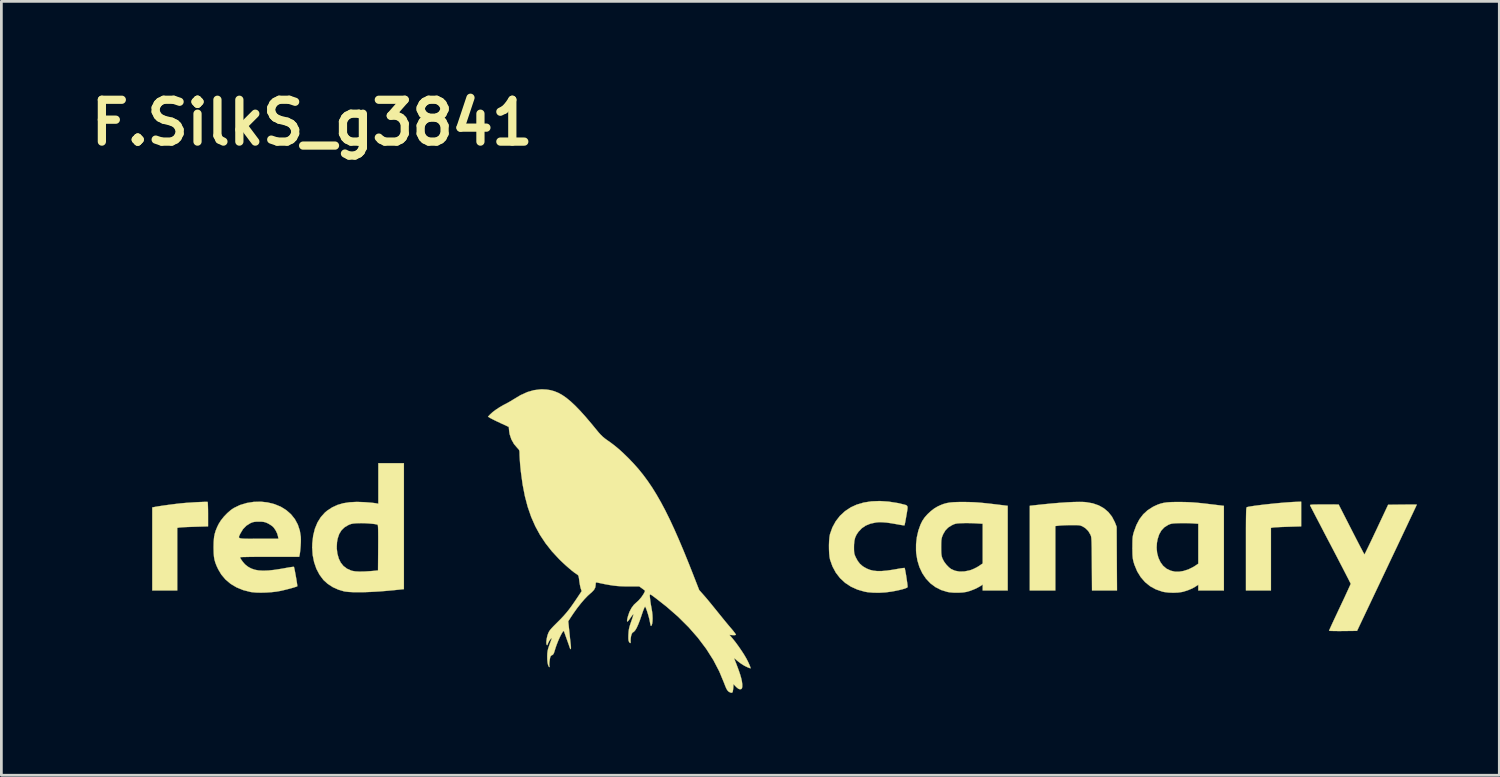
<source format=kicad_pcb>
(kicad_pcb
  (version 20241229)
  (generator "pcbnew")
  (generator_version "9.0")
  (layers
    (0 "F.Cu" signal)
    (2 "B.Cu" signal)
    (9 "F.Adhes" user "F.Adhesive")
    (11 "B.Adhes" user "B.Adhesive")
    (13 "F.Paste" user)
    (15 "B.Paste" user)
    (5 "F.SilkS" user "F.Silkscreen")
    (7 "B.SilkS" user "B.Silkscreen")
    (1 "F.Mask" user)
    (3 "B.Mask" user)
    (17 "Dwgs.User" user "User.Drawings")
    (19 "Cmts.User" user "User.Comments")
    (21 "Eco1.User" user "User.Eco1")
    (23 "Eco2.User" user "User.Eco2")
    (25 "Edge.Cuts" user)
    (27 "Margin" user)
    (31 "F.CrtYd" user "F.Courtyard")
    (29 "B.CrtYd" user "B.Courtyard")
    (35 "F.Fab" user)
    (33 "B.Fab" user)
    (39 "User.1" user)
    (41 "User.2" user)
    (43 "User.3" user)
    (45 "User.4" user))
  (footprint "F.SilkS_g3841"
    (layer "F.Cu")
    (at 8.317 1.418)
    (property "Reference" "F.SilkS_g3841" (at 0 0 0) (layer "F.SilkS") (effects (font (size 1.524 1.524) (thickness 0.3))))
    (attr through_hole)
    (fp_poly (pts (xy -3.816 13.812) (xy -3.805 13.814) (xy -3.8 13.837) (xy -3.796 13.897) (xy -3.793 13.985) (xy -3.79 14.097) (xy -3.789 14.226) (xy -3.789 14.264) (xy -3.789 14.704) (xy -4.27 14.718) (xy -4.414 14.723) (xy -4.548 14.728) (xy -4.664 14.733) (xy -4.756 14.739) (xy -4.817 14.744) (xy -4.831 14.745) (xy -4.911 14.759) (xy -4.911 17.039) (xy -5.821 17.039) (xy -5.821 14.015) (xy -5.71 13.993) (xy -5.631 13.979) (xy -5.52 13.962) (xy -5.386 13.942) (xy -5.238 13.922) (xy -5.087 13.902) (xy -4.942 13.884) (xy -4.812 13.869) (xy -4.773 13.865) (xy -4.674 13.856) (xy -4.557 13.846) (xy -4.429 13.838) (xy -4.296 13.829) (xy -4.166 13.822) (xy -4.046 13.817) (xy -3.943 13.813) (xy -3.864 13.811) (xy -3.816 13.812)) (stroke (width 0.01) (type solid)) (fill yes) (layer "F.SilkS"))
    (fp_poly (pts (xy 36.026 14.704) (xy 35.555 14.718) (xy 35.413 14.723) (xy 35.28 14.728) (xy 35.165 14.734) (xy 35.075 14.739) (xy 35.017 14.744) (xy 35.004 14.745) (xy 34.925 14.759) (xy 34.925 17.039) (xy 34.015 17.039) (xy 34.015 15.527) (xy 34.015 15.237) (xy 34.015 14.987) (xy 34.015 14.773) (xy 34.016 14.593) (xy 34.017 14.443) (xy 34.019 14.322) (xy 34.021 14.225) (xy 34.023 14.15) (xy 34.026 14.095) (xy 34.03 14.055) (xy 34.035 14.03) (xy 34.04 14.014) (xy 34.047 14.006) (xy 34.052 14.004) (xy 34.116 13.989) (xy 34.215 13.972) (xy 34.345 13.953) (xy 34.499 13.933) (xy 34.671 13.912) (xy 34.855 13.892) (xy 35.044 13.872) (xy 35.233 13.854) (xy 35.416 13.838) (xy 35.586 13.826) (xy 35.738 13.816) (xy 35.788 13.814) (xy 36.026 13.804) (xy 36.026 14.704)) (stroke (width 0.01) (type solid)) (fill yes) (layer "F.SilkS"))
    (fp_poly (pts (xy 28.102 13.816) (xy 28.19 13.823) (xy 28.434 13.865) (xy 28.651 13.94) (xy 28.841 14.047) (xy 29.003 14.184) (xy 29.135 14.351) (xy 29.238 14.549) (xy 29.249 14.576) (xy 29.305 14.721) (xy 29.311 15.88) (xy 29.318 17.039) (xy 28.408 17.039) (xy 28.402 16.071) (xy 28.4 15.843) (xy 28.398 15.653) (xy 28.397 15.497) (xy 28.394 15.372) (xy 28.392 15.274) (xy 28.388 15.197) (xy 28.384 15.139) (xy 28.379 15.096) (xy 28.372 15.063) (xy 28.363 15.037) (xy 28.353 15.013) (xy 28.351 15.007) (xy 28.271 14.873) (xy 28.168 14.771) (xy 28.08 14.715) (xy 28.035 14.693) (xy 27.995 14.677) (xy 27.95 14.667) (xy 27.891 14.661) (xy 27.81 14.659) (xy 27.698 14.659) (xy 27.665 14.659) (xy 27.54 14.66) (xy 27.417 14.664) (xy 27.308 14.669) (xy 27.226 14.675) (xy 27.215 14.676) (xy 27.072 14.693) (xy 27.072 17.039) (xy 26.141 17.039) (xy 26.141 13.955) (xy 26.263 13.941) (xy 26.614 13.903) (xy 26.939 13.871) (xy 27.237 13.846) (xy 27.505 13.828) (xy 27.74 13.817) (xy 27.94 13.813) (xy 28.102 13.816)) (stroke (width 0.01) (type solid)) (fill yes) (layer "F.SilkS"))
    (fp_poly (pts (xy 3.344 16.99) (xy 3 17.026) (xy 2.713 17.053) (xy 2.435 17.075) (xy 2.17 17.09) (xy 1.923 17.1) (xy 1.698 17.103) (xy 1.499 17.101) (xy 1.332 17.092) (xy 1.201 17.077) (xy 1.164 17.07) (xy 0.954 17.008) (xy 0.753 16.917) (xy 0.573 16.8) (xy 0.423 16.665) (xy 0.414 16.656) (xy 0.271 16.465) (xy 0.157 16.248) (xy 0.074 16.007) (xy 0.022 15.747) (xy 0.005 15.488) (xy 0.897 15.488) (xy 0.92 15.693) (xy 0.974 15.883) (xy 1.042 16.022) (xy 1.141 16.147) (xy 1.272 16.246) (xy 1.427 16.315) (xy 1.459 16.324) (xy 1.574 16.344) (xy 1.729 16.352) (xy 1.923 16.348) (xy 2.154 16.333) (xy 2.265 16.323) (xy 2.402 16.309) (xy 2.408 15.485) (xy 2.409 15.26) (xy 2.409 15.076) (xy 2.408 14.928) (xy 2.406 14.814) (xy 2.403 14.732) (xy 2.398 14.678) (xy 2.392 14.65) (xy 2.389 14.645) (xy 2.347 14.632) (xy 2.271 14.618) (xy 2.171 14.607) (xy 2.055 14.597) (xy 1.932 14.59) (xy 1.812 14.587) (xy 1.702 14.588) (xy 1.697 14.588) (xy 1.583 14.593) (xy 1.499 14.601) (xy 1.433 14.614) (xy 1.374 14.633) (xy 1.323 14.655) (xy 1.181 14.739) (xy 1.07 14.847) (xy 0.987 14.983) (xy 0.931 15.15) (xy 0.908 15.277) (xy 0.897 15.488) (xy 0.005 15.488) (xy 0.004 15.473) (xy 0.008 15.325) (xy 0.04 15.044) (xy 0.103 14.79) (xy 0.196 14.564) (xy 0.319 14.366) (xy 0.47 14.199) (xy 0.557 14.127) (xy 0.733 14.012) (xy 0.924 13.924) (xy 1.135 13.862) (xy 1.37 13.826) (xy 1.632 13.813) (xy 1.908 13.823) (xy 2.028 13.832) (xy 2.141 13.841) (xy 2.236 13.851) (xy 2.303 13.86) (xy 2.316 13.862) (xy 2.413 13.88) (xy 2.413 12.404) (xy 3.344 12.404) (xy 3.344 16.99)) (stroke (width 0.01) (type solid)) (fill yes) (layer "F.SilkS"))
    (fp_poly (pts (xy 31.725 13.818) (xy 31.854 13.821) (xy 31.976 13.826) (xy 32.098 13.833) (xy 32.229 13.844) (xy 32.375 13.858) (xy 32.546 13.877) (xy 32.748 13.901) (xy 32.824 13.91) (xy 33.211 13.957) (xy 33.211 17.039) (xy 32.279 17.039) (xy 32.279 16.829) (xy 32.184 16.893) (xy 32.054 16.967) (xy 31.898 17.032) (xy 31.735 17.083) (xy 31.687 17.094) (xy 31.538 17.115) (xy 31.368 17.122) (xy 31.195 17.115) (xy 31.036 17.095) (xy 30.967 17.08) (xy 30.734 16.999) (xy 30.524 16.884) (xy 30.341 16.735) (xy 30.184 16.555) (xy 30.054 16.344) (xy 29.954 16.104) (xy 29.924 16.006) (xy 29.907 15.939) (xy 29.895 15.874) (xy 29.887 15.8) (xy 29.882 15.711) (xy 29.88 15.596) (xy 29.879 15.494) (xy 30.761 15.494) (xy 30.78 15.678) (xy 30.827 15.851) (xy 30.899 16.006) (xy 30.993 16.136) (xy 31.108 16.236) (xy 31.131 16.25) (xy 31.277 16.319) (xy 31.426 16.353) (xy 31.586 16.354) (xy 31.732 16.331) (xy 31.917 16.273) (xy 32.105 16.179) (xy 32.189 16.125) (xy 32.279 16.063) (xy 32.279 14.609) (xy 32.061 14.594) (xy 31.948 14.589) (xy 31.812 14.586) (xy 31.672 14.586) (xy 31.569 14.588) (xy 31.452 14.592) (xy 31.367 14.598) (xy 31.303 14.607) (xy 31.251 14.622) (xy 31.199 14.643) (xy 31.174 14.655) (xy 31.041 14.739) (xy 30.934 14.853) (xy 30.853 14.997) (xy 30.796 15.174) (xy 30.772 15.305) (xy 30.761 15.494) (xy 29.879 15.494) (xy 29.879 15.462) (xy 29.88 15.322) (xy 29.882 15.216) (xy 29.886 15.134) (xy 29.894 15.067) (xy 29.906 15.006) (xy 29.923 14.942) (xy 29.937 14.895) (xy 30.027 14.651) (xy 30.138 14.442) (xy 30.273 14.265) (xy 30.434 14.117) (xy 30.624 13.995) (xy 30.697 13.959) (xy 30.804 13.911) (xy 30.908 13.875) (xy 31.015 13.849) (xy 31.135 13.831) (xy 31.274 13.821) (xy 31.442 13.817) (xy 31.581 13.817) (xy 31.725 13.818)) (stroke (width 0.01) (type solid)) (fill yes) (layer "F.SilkS"))
    (fp_poly (pts (xy 23.847 13.818) (xy 23.982 13.821) (xy 24.111 13.826) (xy 24.24 13.834) (xy 24.379 13.846) (xy 24.534 13.861) (xy 24.715 13.881) (xy 24.928 13.906) (xy 24.961 13.91) (xy 25.337 13.956) (xy 25.337 17.039) (xy 24.426 17.039) (xy 24.426 16.823) (xy 24.358 16.869) (xy 24.244 16.935) (xy 24.106 17) (xy 23.964 17.054) (xy 23.84 17.09) (xy 23.704 17.111) (xy 23.544 17.12) (xy 23.379 17.119) (xy 23.225 17.106) (xy 23.139 17.091) (xy 22.912 17.021) (xy 22.705 16.916) (xy 22.521 16.778) (xy 22.362 16.609) (xy 22.228 16.412) (xy 22.123 16.189) (xy 22.048 15.944) (xy 22.005 15.678) (xy 21.999 15.591) (xy 21.999 15.462) (xy 22.914 15.462) (xy 22.915 15.586) (xy 22.918 15.678) (xy 22.925 15.747) (xy 22.936 15.803) (xy 22.953 15.856) (xy 22.962 15.879) (xy 23.019 15.988) (xy 23.101 16.098) (xy 23.194 16.195) (xy 23.275 16.257) (xy 23.415 16.32) (xy 23.577 16.35) (xy 23.753 16.347) (xy 23.939 16.311) (xy 24.009 16.289) (xy 24.109 16.247) (xy 24.216 16.193) (xy 24.293 16.146) (xy 24.426 16.055) (xy 24.426 14.609) (xy 24.186 14.594) (xy 24.058 14.588) (xy 23.91 14.585) (xy 23.765 14.585) (xy 23.694 14.587) (xy 23.583 14.591) (xy 23.503 14.597) (xy 23.442 14.607) (xy 23.388 14.624) (xy 23.329 14.65) (xy 23.299 14.665) (xy 23.172 14.744) (xy 23.071 14.846) (xy 22.991 14.979) (xy 22.962 15.046) (xy 22.942 15.101) (xy 22.929 15.155) (xy 22.92 15.218) (xy 22.916 15.3) (xy 22.914 15.41) (xy 22.914 15.462) (xy 21.999 15.462) (xy 22 15.345) (xy 22.029 15.096) (xy 22.084 14.856) (xy 22.163 14.636) (xy 22.23 14.5) (xy 22.31 14.382) (xy 22.418 14.26) (xy 22.542 14.145) (xy 22.67 14.047) (xy 22.777 13.984) (xy 22.895 13.929) (xy 23.005 13.887) (xy 23.114 13.857) (xy 23.232 13.836) (xy 23.366 13.824) (xy 23.527 13.818) (xy 23.696 13.817) (xy 23.847 13.818)) (stroke (width 0.01) (type solid)) (fill yes) (layer "F.SilkS"))
    (fp_poly (pts (xy 37.391 13.908) (xy 37.855 14.817) (xy 37.948 14.998) (xy 38.035 15.168) (xy 38.114 15.321) (xy 38.184 15.456) (xy 38.243 15.567) (xy 38.288 15.652) (xy 38.318 15.706) (xy 38.331 15.727) (xy 38.331 15.727) (xy 38.343 15.708) (xy 38.37 15.655) (xy 38.411 15.571) (xy 38.465 15.46) (xy 38.53 15.325) (xy 38.604 15.171) (xy 38.684 15.001) (xy 38.769 14.822) (xy 39.194 13.917) (xy 39.716 13.911) (xy 39.859 13.91) (xy 39.988 13.909) (xy 40.096 13.909) (xy 40.177 13.91) (xy 40.226 13.911) (xy 40.238 13.913) (xy 40.229 13.932) (xy 40.203 13.988) (xy 40.161 14.077) (xy 40.105 14.197) (xy 40.034 14.346) (xy 39.951 14.522) (xy 39.857 14.722) (xy 39.752 14.943) (xy 39.638 15.185) (xy 39.516 15.443) (xy 39.386 15.716) (xy 39.251 16.001) (xy 39.15 16.215) (xy 38.062 18.51) (xy 37.552 18.516) (xy 37.41 18.517) (xy 37.283 18.516) (xy 37.177 18.514) (xy 37.098 18.512) (xy 37.052 18.508) (xy 37.042 18.504) (xy 37.05 18.482) (xy 37.076 18.426) (xy 37.115 18.339) (xy 37.167 18.226) (xy 37.23 18.09) (xy 37.302 17.937) (xy 37.381 17.769) (xy 37.436 17.652) (xy 37.519 17.476) (xy 37.596 17.313) (xy 37.665 17.164) (xy 37.724 17.035) (xy 37.772 16.93) (xy 37.807 16.853) (xy 37.827 16.807) (xy 37.831 16.796) (xy 37.821 16.774) (xy 37.793 16.718) (xy 37.749 16.63) (xy 37.689 16.514) (xy 37.616 16.372) (xy 37.531 16.207) (xy 37.435 16.022) (xy 37.331 15.821) (xy 37.219 15.606) (xy 37.101 15.381) (xy 37.098 15.375) (xy 36.979 15.149) (xy 36.866 14.933) (xy 36.761 14.73) (xy 36.664 14.544) (xy 36.577 14.378) (xy 36.502 14.233) (xy 36.441 14.115) (xy 36.394 14.024) (xy 36.364 13.966) (xy 36.352 13.941) (xy 36.352 13.941) (xy 36.351 13.93) (xy 36.36 13.922) (xy 36.385 13.916) (xy 36.429 13.912) (xy 36.497 13.909) (xy 36.595 13.908) (xy 36.726 13.907) (xy 36.865 13.907) (xy 37.391 13.908)) (stroke (width 0.01) (type solid)) (fill yes) (layer "F.SilkS"))
    (fp_poly (pts (xy 20.994 13.802) (xy 21.325 13.854) (xy 21.507 13.896) (xy 21.579 13.914) (xy 21.632 13.929) (xy 21.666 13.95) (xy 21.684 13.981) (xy 21.689 14.029) (xy 21.681 14.101) (xy 21.665 14.204) (xy 21.646 14.312) (xy 21.626 14.428) (xy 21.608 14.528) (xy 21.592 14.606) (xy 21.582 14.654) (xy 21.578 14.667) (xy 21.554 14.667) (xy 21.498 14.66) (xy 21.417 14.647) (xy 21.32 14.629) (xy 21.32 14.629) (xy 21.106 14.592) (xy 20.926 14.566) (xy 20.775 14.554) (xy 20.646 14.552) (xy 20.541 14.562) (xy 20.338 14.605) (xy 20.166 14.675) (xy 20.022 14.773) (xy 19.9 14.902) (xy 19.896 14.908) (xy 19.828 15.01) (xy 19.781 15.113) (xy 19.753 15.227) (xy 19.74 15.365) (xy 19.738 15.462) (xy 19.739 15.568) (xy 19.743 15.644) (xy 19.752 15.703) (xy 19.77 15.757) (xy 19.797 15.819) (xy 19.803 15.833) (xy 19.875 15.965) (xy 19.954 16.067) (xy 20.049 16.15) (xy 20.097 16.182) (xy 20.208 16.244) (xy 20.323 16.289) (xy 20.448 16.319) (xy 20.588 16.333) (xy 20.748 16.332) (xy 20.933 16.316) (xy 21.149 16.285) (xy 21.332 16.253) (xy 21.427 16.236) (xy 21.506 16.225) (xy 21.561 16.219) (xy 21.582 16.219) (xy 21.591 16.245) (xy 21.603 16.304) (xy 21.619 16.388) (xy 21.636 16.487) (xy 21.652 16.593) (xy 21.667 16.697) (xy 21.68 16.79) (xy 21.688 16.864) (xy 21.691 16.909) (xy 21.69 16.918) (xy 21.662 16.94) (xy 21.597 16.967) (xy 21.499 16.996) (xy 21.373 17.027) (xy 21.224 17.058) (xy 21.096 17.081) (xy 20.88 17.109) (xy 20.657 17.122) (xy 20.439 17.119) (xy 20.24 17.102) (xy 20.13 17.083) (xy 19.865 17.007) (xy 19.626 16.899) (xy 19.414 16.759) (xy 19.231 16.589) (xy 19.077 16.39) (xy 18.955 16.163) (xy 18.867 15.916) (xy 18.848 15.816) (xy 18.835 15.685) (xy 18.828 15.536) (xy 18.827 15.381) (xy 18.833 15.23) (xy 18.845 15.097) (xy 18.863 14.993) (xy 18.865 14.986) (xy 18.952 14.741) (xy 19.074 14.518) (xy 19.228 14.32) (xy 19.412 14.15) (xy 19.624 14.01) (xy 19.836 13.913) (xy 20.093 13.837) (xy 20.375 13.793) (xy 20.676 13.782) (xy 20.994 13.802)) (stroke (width 0.01) (type solid)) (fill yes) (layer "F.SilkS"))
    (fp_poly (pts (xy -1.622 13.832) (xy -1.369 13.895) (xy -1.14 13.989) (xy -0.94 14.113) (xy -0.768 14.264) (xy -0.627 14.44) (xy -0.519 14.641) (xy -0.446 14.863) (xy -0.411 15.086) (xy -0.408 15.174) (xy -0.41 15.288) (xy -0.417 15.416) (xy -0.428 15.544) (xy -0.44 15.659) (xy -0.455 15.748) (xy -0.459 15.764) (xy -0.47 15.812) (xy -1.547 15.812) (xy -1.757 15.812) (xy -1.952 15.813) (xy -2.131 15.814) (xy -2.288 15.816) (xy -2.419 15.819) (xy -2.522 15.821) (xy -2.591 15.824) (xy -2.623 15.828) (xy -2.625 15.829) (xy -2.612 15.864) (xy -2.578 15.92) (xy -2.531 15.985) (xy -2.479 16.048) (xy -2.431 16.099) (xy -2.427 16.102) (xy -2.324 16.181) (xy -2.211 16.241) (xy -2.086 16.284) (xy -1.943 16.31) (xy -1.778 16.319) (xy -1.588 16.312) (xy -1.369 16.288) (xy -1.117 16.249) (xy -0.967 16.222) (xy -0.861 16.203) (xy -0.771 16.188) (xy -0.703 16.18) (xy -0.666 16.178) (xy -0.662 16.179) (xy -0.654 16.204) (xy -0.641 16.261) (xy -0.625 16.342) (xy -0.607 16.44) (xy -0.588 16.545) (xy -0.57 16.648) (xy -0.555 16.743) (xy -0.544 16.82) (xy -0.538 16.87) (xy -0.538 16.886) (xy -0.566 16.898) (xy -0.626 16.918) (xy -0.711 16.944) (xy -0.814 16.972) (xy -0.926 17.001) (xy -1.04 17.029) (xy -1.143 17.053) (xy -1.301 17.081) (xy -1.481 17.101) (xy -1.671 17.114) (xy -1.86 17.119) (xy -2.036 17.115) (xy -2.188 17.101) (xy -2.247 17.092) (xy -2.512 17.024) (xy -2.753 16.925) (xy -2.967 16.797) (xy -3.152 16.641) (xy -3.306 16.459) (xy -3.417 16.272) (xy -3.478 16.143) (xy -3.522 16.03) (xy -3.553 15.923) (xy -3.573 15.81) (xy -3.583 15.68) (xy -3.587 15.522) (xy -3.588 15.462) (xy -3.584 15.277) (xy -3.572 15.121) (xy -3.565 15.083) (xy -2.664 15.083) (xy -2.663 15.109) (xy -2.645 15.128) (xy -2.607 15.141) (xy -2.545 15.149) (xy -2.456 15.154) (xy -2.337 15.156) (xy -2.182 15.156) (xy -1.99 15.155) (xy -1.946 15.155) (xy -1.226 15.155) (xy -1.239 15.076) (xy -1.27 14.966) (xy -1.324 14.854) (xy -1.39 14.756) (xy -1.434 14.709) (xy -1.499 14.661) (xy -1.58 14.611) (xy -1.629 14.586) (xy -1.696 14.558) (xy -1.76 14.542) (xy -1.835 14.534) (xy -1.937 14.532) (xy -2.039 14.534) (xy -2.114 14.542) (xy -2.177 14.558) (xy -2.245 14.586) (xy -2.247 14.587) (xy -2.392 14.678) (xy -2.514 14.802) (xy -2.605 14.951) (xy -2.632 15.005) (xy -2.653 15.049) (xy -2.664 15.083) (xy -3.565 15.083) (xy -3.548 14.986) (xy -3.51 14.858) (xy -3.456 14.727) (xy -3.402 14.617) (xy -3.32 14.486) (xy -3.211 14.349) (xy -3.085 14.219) (xy -2.954 14.106) (xy -2.852 14.036) (xy -2.63 13.929) (xy -2.386 13.854) (xy -2.128 13.813) (xy -1.865 13.806) (xy -1.622 13.832)) (stroke (width 0.01) (type solid)) (fill yes) (layer "F.SilkS"))
    (fp_poly (pts (xy 8.535 9.721) (xy 8.682 9.743) (xy 8.825 9.783) (xy 8.967 9.841) (xy 9.112 9.921) (xy 9.26 10.023) (xy 9.415 10.15) (xy 9.58 10.304) (xy 9.757 10.486) (xy 9.949 10.699) (xy 10.158 10.944) (xy 10.346 11.172) (xy 10.439 11.285) (xy 10.518 11.372) (xy 10.591 11.442) (xy 10.667 11.505) (xy 10.743 11.56) (xy 10.906 11.676) (xy 11.052 11.789) (xy 11.193 11.907) (xy 11.338 12.04) (xy 11.498 12.195) (xy 11.536 12.233) (xy 11.72 12.426) (xy 11.896 12.625) (xy 12.065 12.835) (xy 12.229 13.057) (xy 12.39 13.294) (xy 12.548 13.55) (xy 12.706 13.826) (xy 12.865 14.125) (xy 13.026 14.45) (xy 13.19 14.803) (xy 13.36 15.188) (xy 13.537 15.607) (xy 13.722 16.062) (xy 13.852 16.39) (xy 14.099 17.022) (xy 14.27 17.216) (xy 14.335 17.29) (xy 14.419 17.39) (xy 14.516 17.507) (xy 14.619 17.634) (xy 14.723 17.762) (xy 14.763 17.812) (xy 14.866 17.939) (xy 14.972 18.07) (xy 15.075 18.196) (xy 15.168 18.308) (xy 15.244 18.398) (xy 15.267 18.424) (xy 15.334 18.504) (xy 15.387 18.572) (xy 15.424 18.624) (xy 15.438 18.652) (xy 15.437 18.654) (xy 15.411 18.664) (xy 15.357 18.667) (xy 15.313 18.665) (xy 15.202 18.655) (xy 15.328 18.805) (xy 15.422 18.922) (xy 15.525 19.063) (xy 15.63 19.215) (xy 15.727 19.363) (xy 15.806 19.496) (xy 15.817 19.516) (xy 15.857 19.592) (xy 15.897 19.674) (xy 15.931 19.752) (xy 15.957 19.817) (xy 15.971 19.861) (xy 15.97 19.875) (xy 15.946 19.868) (xy 15.897 19.851) (xy 15.87 19.84) (xy 15.747 19.781) (xy 15.616 19.698) (xy 15.492 19.604) (xy 15.458 19.574) (xy 15.41 19.531) (xy 15.378 19.506) (xy 15.369 19.505) (xy 15.46 19.734) (xy 15.533 19.929) (xy 15.589 20.093) (xy 15.629 20.231) (xy 15.655 20.346) (xy 15.667 20.442) (xy 15.669 20.468) (xy 15.668 20.554) (xy 15.655 20.606) (xy 15.628 20.631) (xy 15.584 20.637) (xy 15.531 20.621) (xy 15.465 20.569) (xy 15.437 20.542) (xy 15.346 20.446) (xy 15.346 20.507) (xy 15.343 20.567) (xy 15.335 20.642) (xy 15.332 20.666) (xy 15.321 20.727) (xy 15.305 20.756) (xy 15.277 20.764) (xy 15.27 20.765) (xy 15.223 20.751) (xy 15.168 20.719) (xy 15.16 20.712) (xy 15.126 20.674) (xy 15.09 20.613) (xy 15.051 20.523) (xy 15.008 20.411) (xy 14.831 19.985) (xy 14.614 19.569) (xy 14.355 19.162) (xy 14.055 18.764) (xy 13.714 18.375) (xy 13.333 17.996) (xy 12.91 17.627) (xy 12.545 17.34) (xy 12.446 17.266) (xy 12.377 17.215) (xy 12.333 17.189) (xy 12.309 17.185) (xy 12.3 17.205) (xy 12.301 17.248) (xy 12.307 17.314) (xy 12.309 17.328) (xy 12.321 17.431) (xy 12.339 17.552) (xy 12.36 17.667) (xy 12.363 17.685) (xy 12.384 17.808) (xy 12.397 17.932) (xy 12.402 18.05) (xy 12.399 18.157) (xy 12.388 18.243) (xy 12.371 18.303) (xy 12.347 18.33) (xy 12.342 18.33) (xy 12.332 18.311) (xy 12.319 18.26) (xy 12.306 18.188) (xy 12.304 18.177) (xy 12.288 18.097) (xy 12.264 18.002) (xy 12.235 17.9) (xy 12.204 17.802) (xy 12.174 17.717) (xy 12.148 17.654) (xy 12.131 17.626) (xy 12.118 17.638) (xy 12.094 17.686) (xy 12.062 17.766) (xy 12.024 17.874) (xy 12.012 17.91) (xy 11.943 18.112) (xy 11.88 18.274) (xy 11.824 18.398) (xy 11.772 18.486) (xy 11.725 18.539) (xy 11.706 18.552) (xy 11.666 18.581) (xy 11.64 18.626) (xy 11.619 18.697) (xy 11.606 18.778) (xy 11.601 18.857) (xy 11.603 18.889) (xy 11.603 18.942) (xy 11.588 18.957) (xy 11.56 18.933) (xy 11.54 18.9) (xy 11.526 18.856) (xy 11.52 18.785) (xy 11.521 18.68) (xy 11.523 18.637) (xy 11.53 18.531) (xy 11.543 18.441) (xy 11.564 18.352) (xy 11.598 18.246) (xy 11.619 18.186) (xy 11.653 18.089) (xy 11.68 18.005) (xy 11.699 17.942) (xy 11.705 17.911) (xy 11.695 17.91) (xy 11.667 17.94) (xy 11.627 17.993) (xy 11.611 18.017) (xy 11.548 18.106) (xy 11.505 18.158) (xy 11.48 18.172) (xy 11.472 18.147) (xy 11.48 18.084) (xy 11.505 17.983) (xy 11.505 17.982) (xy 11.559 17.822) (xy 11.634 17.678) (xy 11.723 17.559) (xy 11.793 17.494) (xy 11.895 17.401) (xy 11.995 17.285) (xy 12.076 17.164) (xy 12.094 17.13) (xy 12.117 17.083) (xy 12.128 17.055) (xy 12.129 17.053) (xy 12.113 17.036) (xy 12.072 17.003) (xy 12.023 16.967) (xy 11.917 16.891) (xy 11.562 16.891) (xy 11.395 16.89) (xy 11.248 16.885) (xy 11.112 16.876) (xy 10.977 16.861) (xy 10.833 16.839) (xy 10.672 16.81) (xy 10.484 16.771) (xy 10.377 16.748) (xy 10.347 16.746) (xy 10.333 16.762) (xy 10.329 16.808) (xy 10.329 16.83) (xy 10.315 16.928) (xy 10.268 17.017) (xy 10.186 17.104) (xy 10.145 17.138) (xy 10.039 17.233) (xy 9.918 17.359) (xy 9.789 17.51) (xy 9.655 17.681) (xy 9.523 17.866) (xy 9.421 18.018) (xy 9.33 18.161) (xy 9.375 18.589) (xy 9.389 18.725) (xy 9.402 18.851) (xy 9.414 18.96) (xy 9.423 19.043) (xy 9.428 19.094) (xy 9.428 19.098) (xy 9.428 19.151) (xy 9.419 19.176) (xy 9.403 19.168) (xy 9.392 19.14) (xy 9.384 19.116) (xy 9.368 19.07) (xy 9.344 19) (xy 9.309 18.901) (xy 9.262 18.77) (xy 9.203 18.604) (xy 9.174 18.521) (xy 9.158 18.515) (xy 9.131 18.544) (xy 9.095 18.601) (xy 9.052 18.681) (xy 9.005 18.778) (xy 8.958 18.888) (xy 8.912 19.004) (xy 8.871 19.12) (xy 8.844 19.207) (xy 8.817 19.294) (xy 8.794 19.348) (xy 8.769 19.379) (xy 8.739 19.396) (xy 8.738 19.397) (xy 8.706 19.413) (xy 8.686 19.44) (xy 8.67 19.489) (xy 8.656 19.564) (xy 8.645 19.648) (xy 8.641 19.724) (xy 8.644 19.772) (xy 8.649 19.82) (xy 8.641 19.833) (xy 8.624 19.814) (xy 8.602 19.767) (xy 8.591 19.733) (xy 8.576 19.655) (xy 8.567 19.551) (xy 8.565 19.434) (xy 8.565 19.431) (xy 8.569 19.324) (xy 8.58 19.238) (xy 8.6 19.153) (xy 8.634 19.051) (xy 8.642 19.029) (xy 8.675 18.939) (xy 8.703 18.86) (xy 8.724 18.804) (xy 8.73 18.785) (xy 8.73 18.769) (xy 8.707 18.787) (xy 8.683 18.813) (xy 8.635 18.879) (xy 8.598 18.955) (xy 8.593 18.967) (xy 8.574 19.018) (xy 8.56 19.033) (xy 8.545 19.017) (xy 8.545 19.017) (xy 8.533 18.965) (xy 8.535 18.886) (xy 8.548 18.789) (xy 8.571 18.688) (xy 8.595 18.616) (xy 8.615 18.568) (xy 8.64 18.522) (xy 8.675 18.473) (xy 8.724 18.416) (xy 8.792 18.343) (xy 8.884 18.251) (xy 8.932 18.203) (xy 9.059 18.076) (xy 9.168 17.96) (xy 9.267 17.846) (xy 9.363 17.727) (xy 9.461 17.593) (xy 9.57 17.436) (xy 9.648 17.321) (xy 9.82 17.063) (xy 9.789 16.974) (xy 9.772 16.911) (xy 9.754 16.823) (xy 9.738 16.723) (xy 9.733 16.686) (xy 9.721 16.594) (xy 9.71 16.533) (xy 9.696 16.495) (xy 9.674 16.47) (xy 9.642 16.448) (xy 9.633 16.442) (xy 9.558 16.391) (xy 9.46 16.315) (xy 9.348 16.221) (xy 9.228 16.115) (xy 9.107 16.003) (xy 8.995 15.894) (xy 8.736 15.614) (xy 8.507 15.324) (xy 8.305 15.02) (xy 8.13 14.699) (xy 7.98 14.358) (xy 7.854 13.993) (xy 7.751 13.601) (xy 7.669 13.179) (xy 7.607 12.723) (xy 7.578 12.435) (xy 7.57 12.321) (xy 7.563 12.208) (xy 7.558 12.11) (xy 7.557 12.053) (xy 7.555 11.979) (xy 7.544 11.931) (xy 7.519 11.892) (xy 7.48 11.852) (xy 7.354 11.704) (xy 7.258 11.532) (xy 7.196 11.345) (xy 7.178 11.229) (xy 7.165 11.082) (xy 6.867 10.944) (xy 6.756 10.892) (xy 6.653 10.842) (xy 6.566 10.798) (xy 6.504 10.766) (xy 6.488 10.757) (xy 6.407 10.708) (xy 6.49 10.622) (xy 6.58 10.541) (xy 6.699 10.452) (xy 6.836 10.362) (xy 6.981 10.279) (xy 7.042 10.248) (xy 7.143 10.194) (xy 7.253 10.131) (xy 7.349 10.071) (xy 7.354 10.068) (xy 7.602 9.92) (xy 7.843 9.812) (xy 8.079 9.744) (xy 8.313 9.715) (xy 8.382 9.713) (xy 8.535 9.721)) (stroke (width 0.01) (type solid)) (fill yes) (layer "F.SilkS")))
  (gr_rect
    (start -3 -3)
    (end 51.56 25.188)
    (stroke (width 0.1) (type default))
    (fill no)
    (layer "Edge.Cuts")))
</source>
